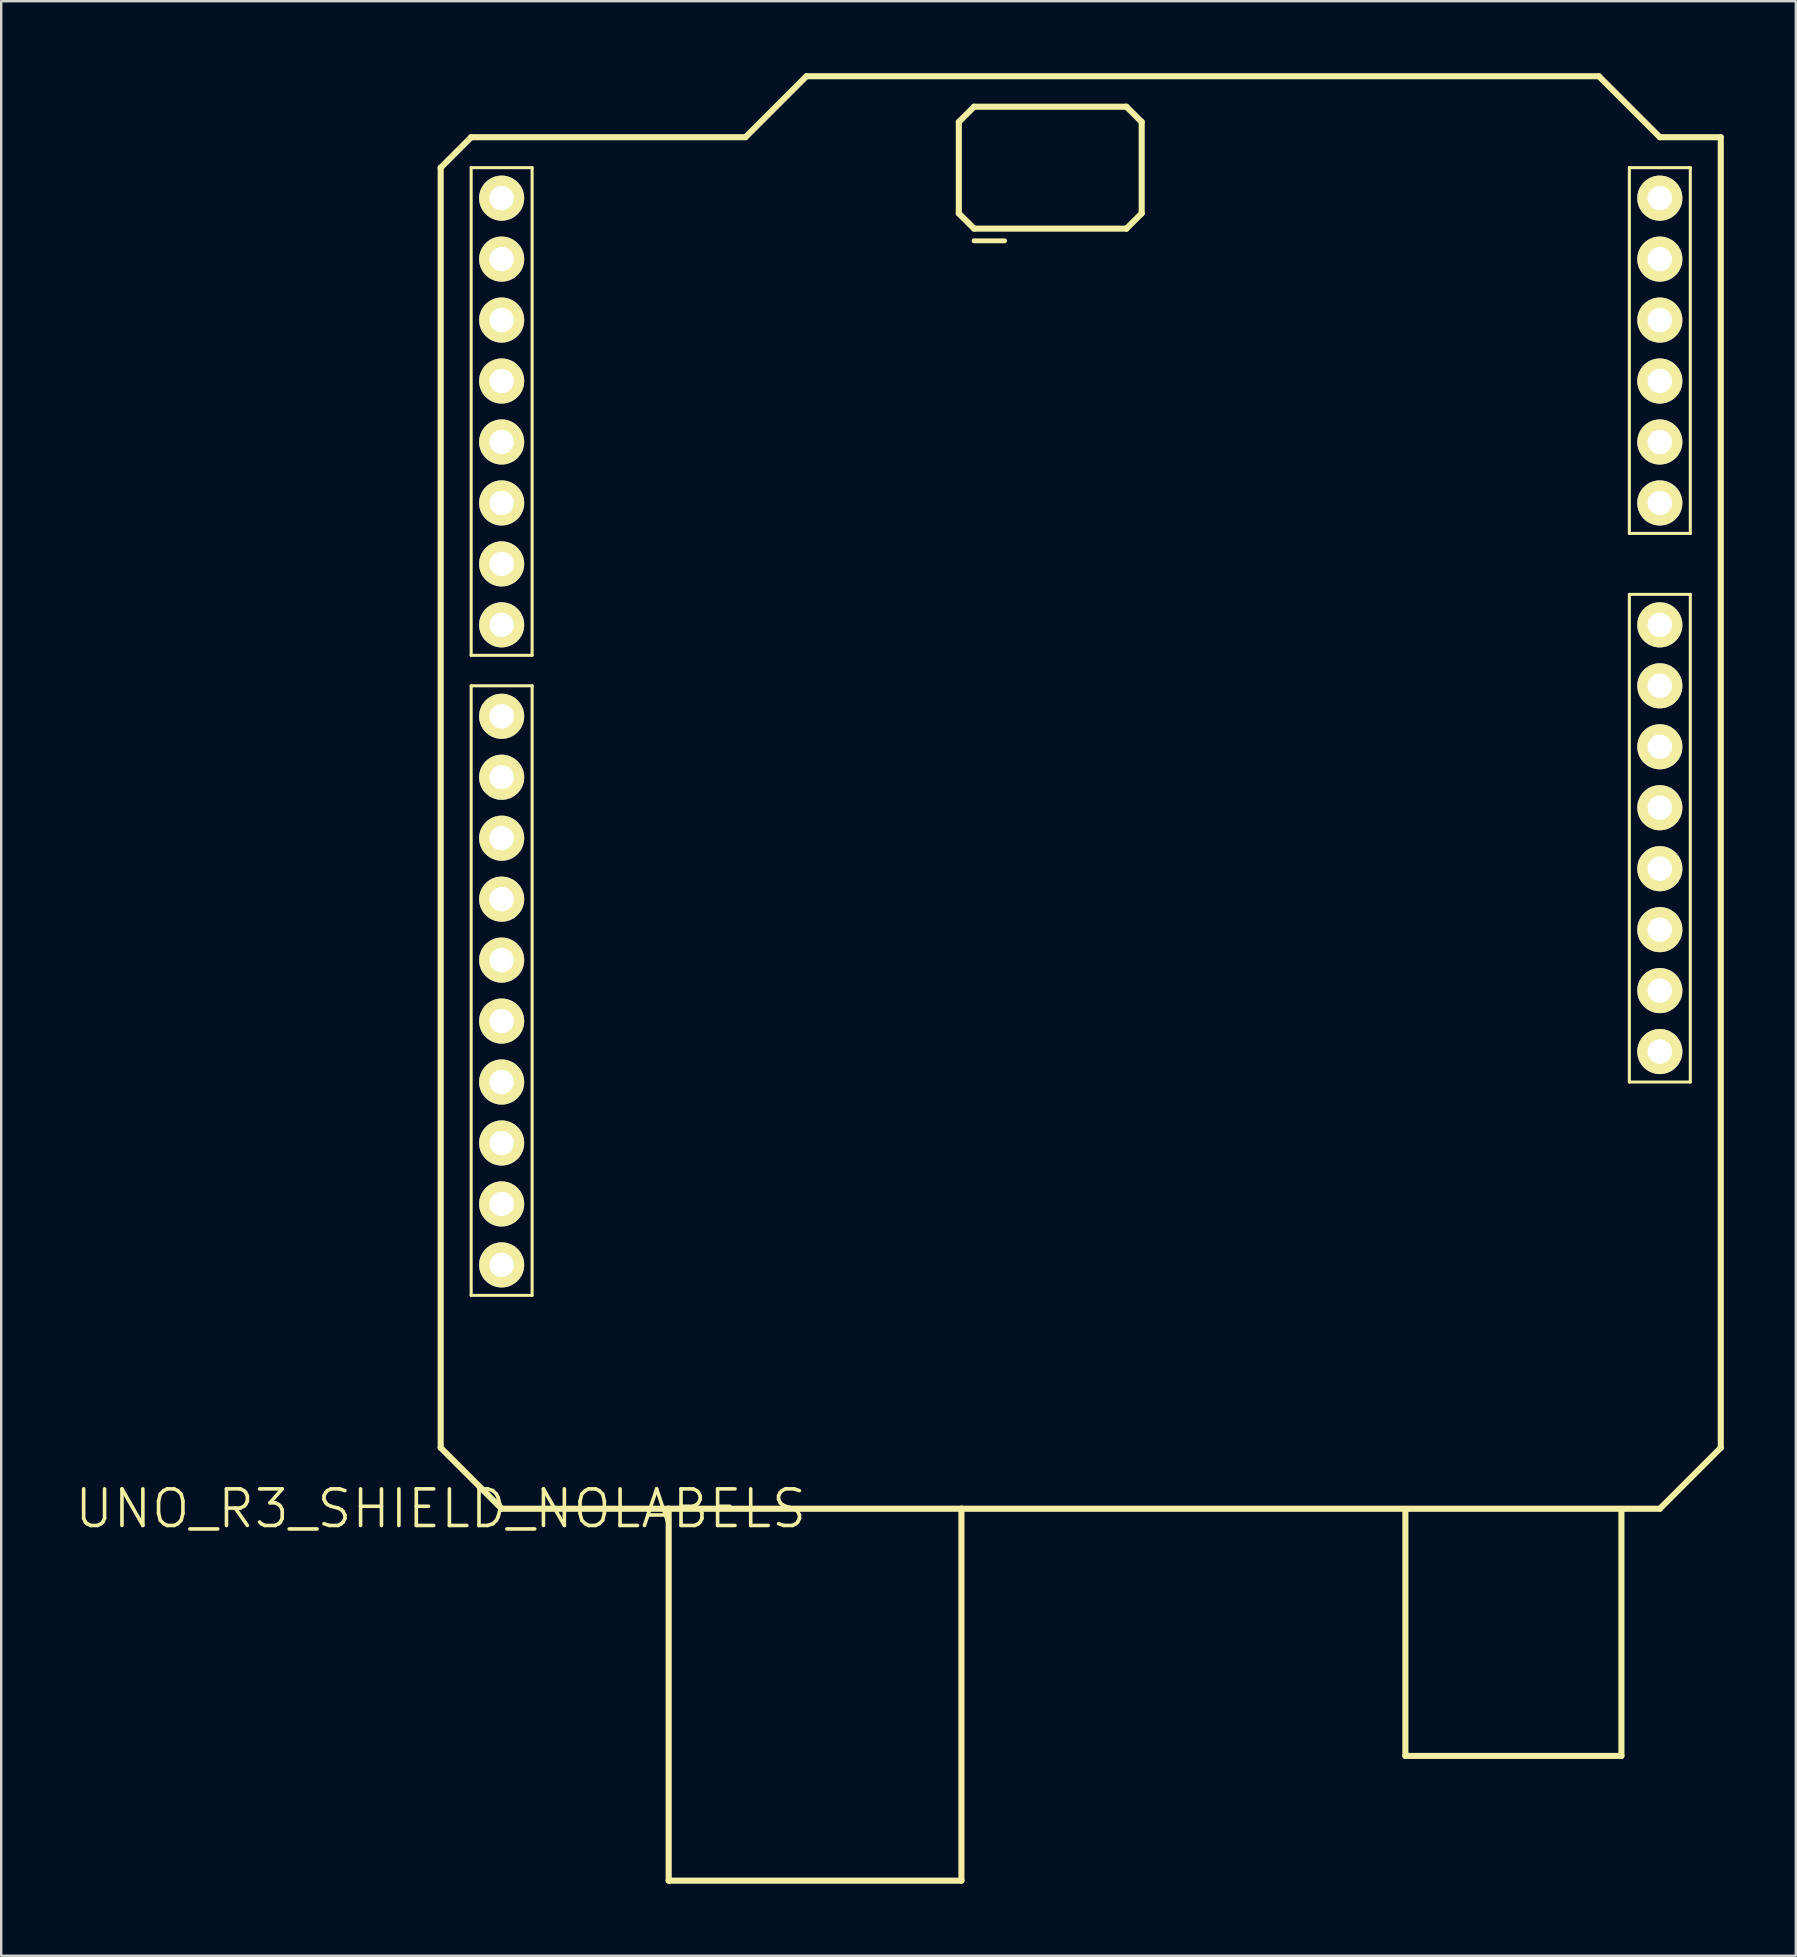
<source format=kicad_pcb>
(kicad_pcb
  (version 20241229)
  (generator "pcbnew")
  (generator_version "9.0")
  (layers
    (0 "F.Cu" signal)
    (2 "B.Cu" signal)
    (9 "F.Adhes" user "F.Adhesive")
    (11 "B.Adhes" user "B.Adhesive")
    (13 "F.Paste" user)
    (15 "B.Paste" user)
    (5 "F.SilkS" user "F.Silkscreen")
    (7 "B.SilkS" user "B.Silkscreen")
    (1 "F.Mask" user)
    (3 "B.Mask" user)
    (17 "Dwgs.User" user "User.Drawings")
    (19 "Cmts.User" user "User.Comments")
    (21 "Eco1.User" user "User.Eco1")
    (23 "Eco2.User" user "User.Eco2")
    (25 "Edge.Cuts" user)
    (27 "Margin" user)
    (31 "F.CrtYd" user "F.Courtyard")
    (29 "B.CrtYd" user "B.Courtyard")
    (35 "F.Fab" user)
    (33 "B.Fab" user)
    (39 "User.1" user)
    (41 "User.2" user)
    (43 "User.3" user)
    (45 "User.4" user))
  (footprint "UNO_R3_SHIELD_NOLABELS"
    (layer "F.Cu")
    (at 15.313 59.817)
    (property "Reference" "UNO_R3_SHIELD_NOLABELS" (at 0 0 0) (layer "F.SilkS") (effects (font (size 1.524 1.524) (thickness 0.15))))
    (attr exclude_from_pos_files exclude_from_bom)
    (fp_line (start 0 -55.88) (end 0 -2.54) (stroke (width 0.254) (type solid)) (layer "F.SilkS"))
    (fp_line (start 0 -2.54) (end 2.54 0) (stroke (width 0.254) (type solid)) (layer "F.SilkS"))
    (fp_line (start 1.27 -57.15) (end 0 -55.88) (stroke (width 0.254) (type solid)) (layer "F.SilkS"))
    (fp_line (start 1.27 -55.88) (end 3.81 -55.88) (stroke (width 0.127) (type solid)) (layer "F.SilkS"))
    (fp_line (start 1.27 -35.56) (end 1.27 -55.88) (stroke (width 0.127) (type solid)) (layer "F.SilkS"))
    (fp_line (start 1.27 -34.29) (end 3.81 -34.29) (stroke (width 0.127) (type solid)) (layer "F.SilkS"))
    (fp_line (start 1.27 -8.89) (end 1.27 -34.29) (stroke (width 0.127) (type solid)) (layer "F.SilkS"))
    (fp_line (start 2.54 0) (end 9.5 0) (stroke (width 0.254) (type solid)) (layer "F.SilkS"))
    (fp_line (start 3.81 -55.88) (end 3.81 -35.56) (stroke (width 0.127) (type solid)) (layer "F.SilkS"))
    (fp_line (start 3.81 -35.56) (end 1.27 -35.56) (stroke (width 0.127) (type solid)) (layer "F.SilkS"))
    (fp_line (start 3.81 -34.29) (end 3.81 -8.89) (stroke (width 0.127) (type solid)) (layer "F.SilkS"))
    (fp_line (start 3.81 -8.89) (end 1.27 -8.89) (stroke (width 0.127) (type solid)) (layer "F.SilkS"))
    (fp_line (start 9.5 0) (end 21.699 0) (stroke (width 0.254) (type solid)) (layer "F.SilkS"))
    (fp_line (start 9.5 15.499) (end 9.5 0) (stroke (width 0.254) (type solid)) (layer "F.SilkS"))
    (fp_line (start 9.5 15.499) (end 21.699 15.499) (stroke (width 0.254) (type solid)) (layer "F.SilkS"))
    (fp_line (start 12.7 -57.15) (end 1.27 -57.15) (stroke (width 0.254) (type solid)) (layer "F.SilkS"))
    (fp_line (start 15.24 -59.69) (end 12.7 -57.15) (stroke (width 0.254) (type solid)) (layer "F.SilkS"))
    (fp_line (start 21.59 -57.785) (end 22.225 -58.42) (stroke (width 0.254) (type solid)) (layer "F.SilkS"))
    (fp_line (start 21.59 -53.975) (end 21.59 -57.785) (stroke (width 0.254) (type solid)) (layer "F.SilkS"))
    (fp_line (start 21.699 0) (end 50.8 0) (stroke (width 0.254) (type solid)) (layer "F.SilkS"))
    (fp_line (start 21.699 15.499) (end 21.699 0) (stroke (width 0.254) (type solid)) (layer "F.SilkS"))
    (fp_line (start 22.225 -58.42) (end 28.575 -58.42) (stroke (width 0.254) (type solid)) (layer "F.SilkS"))
    (fp_line (start 22.225 -53.34) (end 21.59 -53.975) (stroke (width 0.254) (type solid)) (layer "F.SilkS"))
    (fp_line (start 23.495 -52.832) (end 22.225 -52.832) (stroke (width 0.203) (type solid)) (layer "F.SilkS"))
    (fp_line (start 28.575 -58.42) (end 29.21 -57.785) (stroke (width 0.254) (type solid)) (layer "F.SilkS"))
    (fp_line (start 28.575 -53.34) (end 22.225 -53.34) (stroke (width 0.254) (type solid)) (layer "F.SilkS"))
    (fp_line (start 29.21 -57.785) (end 29.21 -53.975) (stroke (width 0.254) (type solid)) (layer "F.SilkS"))
    (fp_line (start 29.21 -53.975) (end 28.575 -53.34) (stroke (width 0.254) (type solid)) (layer "F.SilkS"))
    (fp_line (start 40.198 10.3) (end 40.198 0.099) (stroke (width 0.254) (type solid)) (layer "F.SilkS"))
    (fp_line (start 40.198 10.3) (end 49.2 10.3) (stroke (width 0.254) (type solid)) (layer "F.SilkS"))
    (fp_line (start 48.26 -59.69) (end 15.24 -59.69) (stroke (width 0.254) (type solid)) (layer "F.SilkS"))
    (fp_line (start 49.2 10.3) (end 49.2 0.099) (stroke (width 0.254) (type solid)) (layer "F.SilkS"))
    (fp_line (start 49.53 -55.88) (end 52.07 -55.88) (stroke (width 0.127) (type solid)) (layer "F.SilkS"))
    (fp_line (start 49.53 -40.64) (end 49.53 -55.88) (stroke (width 0.127) (type solid)) (layer "F.SilkS"))
    (fp_line (start 49.53 -38.1) (end 49.53 -17.78) (stroke (width 0.127) (type solid)) (layer "F.SilkS"))
    (fp_line (start 49.53 -17.78) (end 52.07 -17.78) (stroke (width 0.127) (type solid)) (layer "F.SilkS"))
    (fp_line (start 50.8 -57.15) (end 48.26 -59.69) (stroke (width 0.254) (type solid)) (layer "F.SilkS"))
    (fp_line (start 50.8 0) (end 53.34 -2.54) (stroke (width 0.254) (type solid)) (layer "F.SilkS"))
    (fp_line (start 52.07 -55.88) (end 52.07 -40.64) (stroke (width 0.127) (type solid)) (layer "F.SilkS"))
    (fp_line (start 52.07 -40.64) (end 49.53 -40.64) (stroke (width 0.127) (type solid)) (layer "F.SilkS"))
    (fp_line (start 52.07 -38.1) (end 49.53 -38.1) (stroke (width 0.127) (type solid)) (layer "F.SilkS"))
    (fp_line (start 52.07 -17.78) (end 52.07 -38.1) (stroke (width 0.127) (type solid)) (layer "F.SilkS"))
    (fp_line (start 53.34 -57.15) (end 50.8 -57.15) (stroke (width 0.254) (type solid)) (layer "F.SilkS"))
    (fp_line (start 53.34 -2.54) (end 53.34 -57.15) (stroke (width 0.254) (type solid)) (layer "F.SilkS"))
    (pad "3.3V" thru_hole circle (at 50.8 -26.67) (size 1.88 1.88) (drill 1.016) (layers "*.Cu" "F.Mask" "F.SilkS" "F.Paste"))
    (pad "5V" thru_hole circle (at 50.8 -29.21) (size 1.88 1.88) (drill 1.016) (layers "*.Cu" "F.Mask" "F.SilkS" "F.Paste"))
    (pad "A0" thru_hole circle (at 50.8 -41.91) (size 1.88 1.88) (drill 1.016) (layers "*.Cu" "F.Mask" "F.SilkS" "F.Paste"))
    (pad "A1" thru_hole circle (at 50.8 -44.45) (size 1.88 1.88) (drill 1.016) (layers "*.Cu" "F.Mask" "F.SilkS" "F.Paste"))
    (pad "A2" thru_hole circle (at 50.8 -46.99) (size 1.88 1.88) (drill 1.016) (layers "*.Cu" "F.Mask" "F.SilkS" "F.Paste"))
    (pad "A3" thru_hole circle (at 50.8 -49.53) (size 1.88 1.88) (drill 1.016) (layers "*.Cu" "F.Mask" "F.SilkS" "F.Paste"))
    (pad "A4" thru_hole circle (at 50.8 -52.07) (size 1.88 1.88) (drill 1.016) (layers "*.Cu" "F.Mask" "F.SilkS" "F.Paste"))
    (pad "A5" thru_hole circle (at 50.8 -54.61) (size 1.88 1.88) (drill 1.016) (layers "*.Cu" "F.Mask" "F.SilkS" "F.Paste"))
    (pad "AREF" thru_hole circle (at 2.54 -15.24) (size 1.88 1.88) (drill 1.016) (layers "*.Cu" "F.Mask" "F.SilkS" "F.Paste"))
    (pad "D2" thru_hole circle (at 2.54 -49.53) (size 1.88 1.88) (drill 1.016) (layers "*.Cu" "F.Mask" "F.SilkS" "F.Paste"))
    (pad "D3" thru_hole circle (at 2.54 -46.99) (size 1.88 1.88) (drill 1.016) (layers "*.Cu" "F.Mask" "F.SilkS" "F.Paste"))
    (pad "D4" thru_hole circle (at 2.54 -44.45) (size 1.88 1.88) (drill 1.016) (layers "*.Cu" "F.Mask" "F.SilkS" "F.Paste"))
    (pad "D5" thru_hole circle (at 2.54 -41.91) (size 1.88 1.88) (drill 1.016) (layers "*.Cu" "F.Mask" "F.SilkS" "F.Paste"))
    (pad "D6" thru_hole circle (at 2.54 -39.37) (size 1.88 1.88) (drill 1.016) (layers "*.Cu" "F.Mask" "F.SilkS" "F.Paste"))
    (pad "D7" thru_hole circle (at 2.54 -36.83) (size 1.88 1.88) (drill 1.016) (layers "*.Cu" "F.Mask" "F.SilkS" "F.Paste"))
    (pad "D8" thru_hole circle (at 2.54 -33.02) (size 1.88 1.88) (drill 1.016) (layers "*.Cu" "F.Mask" "F.SilkS" "F.Paste"))
    (pad "D9" thru_hole circle (at 2.54 -30.48) (size 1.88 1.88) (drill 1.016) (layers "*.Cu" "F.Mask" "F.SilkS" "F.Paste"))
    (pad "D10" thru_hole circle (at 2.54 -27.94) (size 1.88 1.88) (drill 1.016) (layers "*.Cu" "F.Mask" "F.SilkS" "F.Paste"))
    (pad "D11" thru_hole circle (at 2.54 -25.4) (size 1.88 1.88) (drill 1.016) (layers "*.Cu" "F.Mask" "F.SilkS" "F.Paste"))
    (pad "D12" thru_hole circle (at 2.54 -22.86) (size 1.88 1.88) (drill 1.016) (layers "*.Cu" "F.Mask" "F.SilkS" "F.Paste"))
    (pad "D13" thru_hole circle (at 2.54 -20.32) (size 1.88 1.88) (drill 1.016) (layers "*.Cu" "F.Mask" "F.SilkS" "F.Paste"))
    (pad "GND@" thru_hole circle (at 2.54 -17.78) (size 1.88 1.88) (drill 1.016) (layers "*.Cu" "F.Mask" "F.SilkS" "F.Paste"))
    (pad "GND@" thru_hole circle (at 50.8 -34.29) (size 1.88 1.88) (drill 1.016) (layers "*.Cu" "F.Mask" "F.SilkS" "F.Paste"))
    (pad "GND@" thru_hole circle (at 50.8 -31.75) (size 1.88 1.88) (drill 1.016) (layers "*.Cu" "F.Mask" "F.SilkS" "F.Paste"))
    (pad "IORE" thru_hole circle (at 50.8 -21.59) (size 1.88 1.88) (drill 1.016) (layers "*.Cu" "F.Mask" "F.SilkS" "F.Paste"))
    (pad "NC" thru_hole circle (at 50.8 -19.05) (size 1.88 1.88) (drill 1.016) (layers "*.Cu" "F.Mask" "F.SilkS" "F.Paste"))
    (pad "RES" thru_hole circle (at 50.8 -24.13) (size 1.88 1.88) (drill 1.016) (layers "*.Cu" "F.Mask" "F.SilkS" "F.Paste"))
    (pad "RX" thru_hole circle (at 2.54 -54.61) (size 1.88 1.88) (drill 1.016) (layers "*.Cu" "F.Mask" "F.SilkS" "F.Paste"))
    (pad "SCL" thru_hole circle (at 2.54 -10.16) (size 1.88 1.88) (drill 1.016) (layers "*.Cu" "F.Mask" "F.SilkS" "F.Paste"))
    (pad "SDA" thru_hole circle (at 2.54 -12.7) (size 1.88 1.88) (drill 1.016) (layers "*.Cu" "F.Mask" "F.SilkS" "F.Paste"))
    (pad "TX" thru_hole circle (at 2.54 -52.07) (size 1.88 1.88) (drill 1.016) (layers "*.Cu" "F.Mask" "F.SilkS" "F.Paste"))
    (pad "VIN" thru_hole circle (at 50.8 -36.83) (size 1.88 1.88) (drill 1.016) (layers "*.Cu" "F.Mask" "F.SilkS" "F.Paste")))
  (gr_rect
    (start -3 -3)
    (end 71.78 78.443)
    (stroke (width 0.1) (type default))
    (fill no)
    (layer "Edge.Cuts")))
</source>
